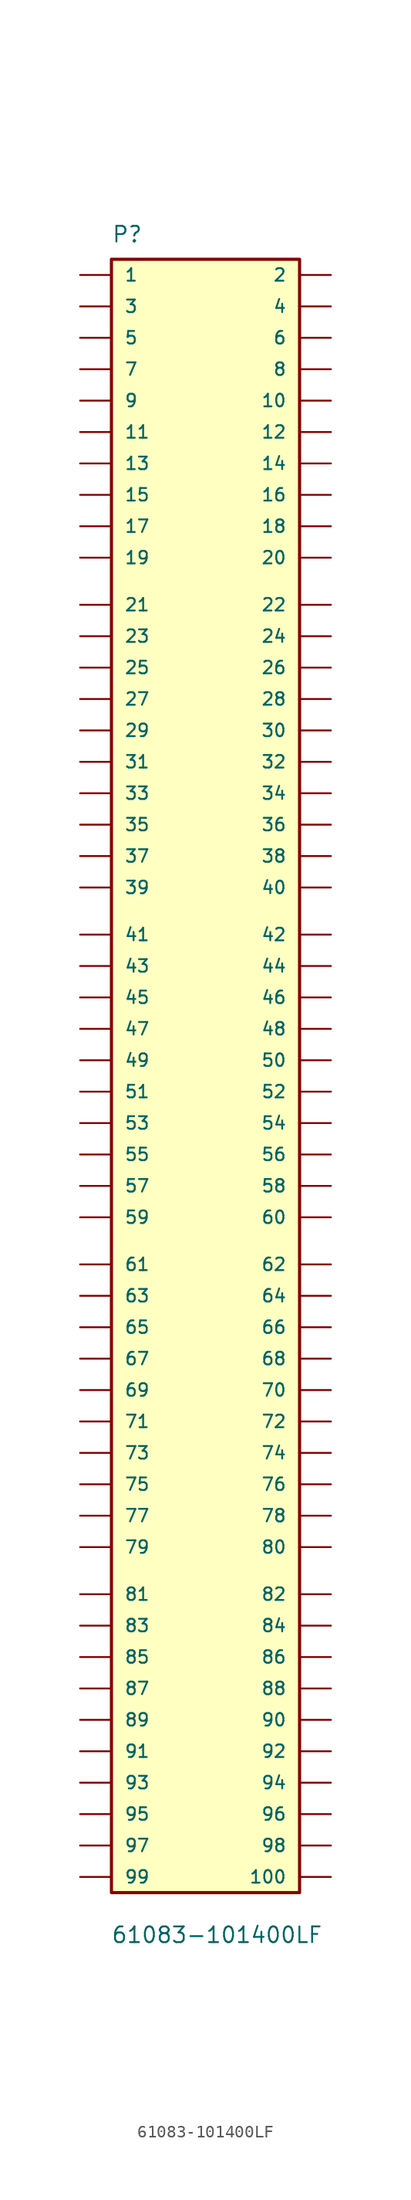
<source format=kicad_sym>
(kicad_symbol_lib
  (version 20211014)
  (generator kicad_symbol_editor)
  (symbol "61083-101400LF"
    (pin_numbers hide)
    (pin_names
      (offset 1.016))
    (property "Reference" "P"
      (at -7.62 68.58 0)
      (effects (font (size 1.27 1.27)) (justify left bottom)))
    (property "Value" "61083-101400LF"
      (at -7.671 -68.936 0)
      (effects (font (size 1.27 1.27)) (justify left bottom)))
    (symbol "61083-101400LF_0_0"
      (rectangle (start -7.62 67.31) (end 7.62 -64.77) (stroke (width 0.254) (type default) (color 0 0 0 0)) (fill (type background)))
      (pin passive line (at -10.16 66.04 0) (length 2.54) (name "1" (effects (font (size 1.016 1.016)))) (number "1" (effects (font (size 1.016 1.016)))))
      (pin passive line (at 10.16 55.88 180) (length 2.54) (name "10" (effects (font (size 1.016 1.016)))) (number "10" (effects (font (size 1.016 1.016)))))
      (pin passive line (at 10.16 -63.5 180) (length 2.54) (name "100" (effects (font (size 1.016 1.016)))) (number "100" (effects (font (size 1.016 1.016)))))
      (pin passive line (at -10.16 53.34 0) (length 2.54) (name "11" (effects (font (size 1.016 1.016)))) (number "11" (effects (font (size 1.016 1.016)))))
      (pin passive line (at 10.16 53.34 180) (length 2.54) (name "12" (effects (font (size 1.016 1.016)))) (number "12" (effects (font (size 1.016 1.016)))))
      (pin passive line (at -10.16 50.8 0) (length 2.54) (name "13" (effects (font (size 1.016 1.016)))) (number "13" (effects (font (size 1.016 1.016)))))
      (pin passive line (at 10.16 50.8 180) (length 2.54) (name "14" (effects (font (size 1.016 1.016)))) (number "14" (effects (font (size 1.016 1.016)))))
      (pin passive line (at -10.16 48.26 0) (length 2.54) (name "15" (effects (font (size 1.016 1.016)))) (number "15" (effects (font (size 1.016 1.016)))))
      (pin passive line (at 10.16 48.26 180) (length 2.54) (name "16" (effects (font (size 1.016 1.016)))) (number "16" (effects (font (size 1.016 1.016)))))
      (pin passive line (at -10.16 45.72 0) (length 2.54) (name "17" (effects (font (size 1.016 1.016)))) (number "17" (effects (font (size 1.016 1.016)))))
      (pin passive line (at 10.16 45.72 180) (length 2.54) (name "18" (effects (font (size 1.016 1.016)))) (number "18" (effects (font (size 1.016 1.016)))))
      (pin passive line (at -10.16 43.18 0) (length 2.54) (name "19" (effects (font (size 1.016 1.016)))) (number "19" (effects (font (size 1.016 1.016)))))
      (pin passive line (at 10.16 66.04 180) (length 2.54) (name "2" (effects (font (size 1.016 1.016)))) (number "2" (effects (font (size 1.016 1.016)))))
      (pin passive line (at 10.16 43.18 180) (length 2.54) (name "20" (effects (font (size 1.016 1.016)))) (number "20" (effects (font (size 1.016 1.016)))))
      (pin passive line (at -10.16 39.37 0) (length 2.54) (name "21" (effects (font (size 1.016 1.016)))) (number "21" (effects (font (size 1.016 1.016)))))
      (pin passive line (at 10.16 39.37 180) (length 2.54) (name "22" (effects (font (size 1.016 1.016)))) (number "22" (effects (font (size 1.016 1.016)))))
      (pin passive line (at -10.16 36.83 0) (length 2.54) (name "23" (effects (font (size 1.016 1.016)))) (number "23" (effects (font (size 1.016 1.016)))))
      (pin passive line (at 10.16 36.83 180) (length 2.54) (name "24" (effects (font (size 1.016 1.016)))) (number "24" (effects (font (size 1.016 1.016)))))
      (pin passive line (at -10.16 34.29 0) (length 2.54) (name "25" (effects (font (size 1.016 1.016)))) (number "25" (effects (font (size 1.016 1.016)))))
      (pin passive line (at 10.16 34.29 180) (length 2.54) (name "26" (effects (font (size 1.016 1.016)))) (number "26" (effects (font (size 1.016 1.016)))))
      (pin passive line (at -10.16 31.75 0) (length 2.54) (name "27" (effects (font (size 1.016 1.016)))) (number "27" (effects (font (size 1.016 1.016)))))
      (pin passive line (at 10.16 31.75 180) (length 2.54) (name "28" (effects (font (size 1.016 1.016)))) (number "28" (effects (font (size 1.016 1.016)))))
      (pin passive line (at -10.16 29.21 0) (length 2.54) (name "29" (effects (font (size 1.016 1.016)))) (number "29" (effects (font (size 1.016 1.016)))))
      (pin passive line (at -10.16 63.5 0) (length 2.54) (name "3" (effects (font (size 1.016 1.016)))) (number "3" (effects (font (size 1.016 1.016)))))
      (pin passive line (at 10.16 29.21 180) (length 2.54) (name "30" (effects (font (size 1.016 1.016)))) (number "30" (effects (font (size 1.016 1.016)))))
      (pin passive line (at -10.16 26.67 0) (length 2.54) (name "31" (effects (font (size 1.016 1.016)))) (number "31" (effects (font (size 1.016 1.016)))))
      (pin passive line (at 10.16 26.67 180) (length 2.54) (name "32" (effects (font (size 1.016 1.016)))) (number "32" (effects (font (size 1.016 1.016)))))
      (pin passive line (at -10.16 24.13 0) (length 2.54) (name "33" (effects (font (size 1.016 1.016)))) (number "33" (effects (font (size 1.016 1.016)))))
      (pin passive line (at 10.16 24.13 180) (length 2.54) (name "34" (effects (font (size 1.016 1.016)))) (number "34" (effects (font (size 1.016 1.016)))))
      (pin passive line (at -10.16 21.59 0) (length 2.54) (name "35" (effects (font (size 1.016 1.016)))) (number "35" (effects (font (size 1.016 1.016)))))
      (pin passive line (at 10.16 21.59 180) (length 2.54) (name "36" (effects (font (size 1.016 1.016)))) (number "36" (effects (font (size 1.016 1.016)))))
      (pin passive line (at -10.16 19.05 0) (length 2.54) (name "37" (effects (font (size 1.016 1.016)))) (number "37" (effects (font (size 1.016 1.016)))))
      (pin passive line (at 10.16 19.05 180) (length 2.54) (name "38" (effects (font (size 1.016 1.016)))) (number "38" (effects (font (size 1.016 1.016)))))
      (pin passive line (at -10.16 16.51 0) (length 2.54) (name "39" (effects (font (size 1.016 1.016)))) (number "39" (effects (font (size 1.016 1.016)))))
      (pin passive line (at 10.16 63.5 180) (length 2.54) (name "4" (effects (font (size 1.016 1.016)))) (number "4" (effects (font (size 1.016 1.016)))))
      (pin passive line (at 10.16 16.51 180) (length 2.54) (name "40" (effects (font (size 1.016 1.016)))) (number "40" (effects (font (size 1.016 1.016)))))
      (pin passive line (at -10.16 12.7 0) (length 2.54) (name "41" (effects (font (size 1.016 1.016)))) (number "41" (effects (font (size 1.016 1.016)))))
      (pin passive line (at 10.16 12.7 180) (length 2.54) (name "42" (effects (font (size 1.016 1.016)))) (number "42" (effects (font (size 1.016 1.016)))))
      (pin passive line (at -10.16 10.16 0) (length 2.54) (name "43" (effects (font (size 1.016 1.016)))) (number "43" (effects (font (size 1.016 1.016)))))
      (pin passive line (at 10.16 10.16 180) (length 2.54) (name "44" (effects (font (size 1.016 1.016)))) (number "44" (effects (font (size 1.016 1.016)))))
      (pin passive line (at -10.16 7.62 0) (length 2.54) (name "45" (effects (font (size 1.016 1.016)))) (number "45" (effects (font (size 1.016 1.016)))))
      (pin passive line (at 10.16 7.62 180) (length 2.54) (name "46" (effects (font (size 1.016 1.016)))) (number "46" (effects (font (size 1.016 1.016)))))
      (pin passive line (at -10.16 5.08 0) (length 2.54) (name "47" (effects (font (size 1.016 1.016)))) (number "47" (effects (font (size 1.016 1.016)))))
      (pin passive line (at 10.16 5.08 180) (length 2.54) (name "48" (effects (font (size 1.016 1.016)))) (number "48" (effects (font (size 1.016 1.016)))))
      (pin passive line (at -10.16 2.54 0) (length 2.54) (name "49" (effects (font (size 1.016 1.016)))) (number "49" (effects (font (size 1.016 1.016)))))
      (pin passive line (at -10.16 60.96 0) (length 2.54) (name "5" (effects (font (size 1.016 1.016)))) (number "5" (effects (font (size 1.016 1.016)))))
      (pin passive line (at 10.16 2.54 180) (length 2.54) (name "50" (effects (font (size 1.016 1.016)))) (number "50" (effects (font (size 1.016 1.016)))))
      (pin passive line (at -10.16 0 0) (length 2.54) (name "51" (effects (font (size 1.016 1.016)))) (number "51" (effects (font (size 1.016 1.016)))))
      (pin passive line (at 10.16 0 180) (length 2.54) (name "52" (effects (font (size 1.016 1.016)))) (number "52" (effects (font (size 1.016 1.016)))))
      (pin passive line (at -10.16 -2.54 0) (length 2.54) (name "53" (effects (font (size 1.016 1.016)))) (number "53" (effects (font (size 1.016 1.016)))))
      (pin passive line (at 10.16 -2.54 180) (length 2.54) (name "54" (effects (font (size 1.016 1.016)))) (number "54" (effects (font (size 1.016 1.016)))))
      (pin passive line (at -10.16 -5.08 0) (length 2.54) (name "55" (effects (font (size 1.016 1.016)))) (number "55" (effects (font (size 1.016 1.016)))))
      (pin passive line (at 10.16 -5.08 180) (length 2.54) (name "56" (effects (font (size 1.016 1.016)))) (number "56" (effects (font (size 1.016 1.016)))))
      (pin passive line (at -10.16 -7.62 0) (length 2.54) (name "57" (effects (font (size 1.016 1.016)))) (number "57" (effects (font (size 1.016 1.016)))))
      (pin passive line (at 10.16 -7.62 180) (length 2.54) (name "58" (effects (font (size 1.016 1.016)))) (number "58" (effects (font (size 1.016 1.016)))))
      (pin passive line (at -10.16 -10.16 0) (length 2.54) (name "59" (effects (font (size 1.016 1.016)))) (number "59" (effects (font (size 1.016 1.016)))))
      (pin passive line (at 10.16 60.96 180) (length 2.54) (name "6" (effects (font (size 1.016 1.016)))) (number "6" (effects (font (size 1.016 1.016)))))
      (pin passive line (at 10.16 -10.16 180) (length 2.54) (name "60" (effects (font (size 1.016 1.016)))) (number "60" (effects (font (size 1.016 1.016)))))
      (pin passive line (at -10.16 -13.97 0) (length 2.54) (name "61" (effects (font (size 1.016 1.016)))) (number "61" (effects (font (size 1.016 1.016)))))
      (pin passive line (at 10.16 -13.97 180) (length 2.54) (name "62" (effects (font (size 1.016 1.016)))) (number "62" (effects (font (size 1.016 1.016)))))
      (pin passive line (at -10.16 -16.51 0) (length 2.54) (name "63" (effects (font (size 1.016 1.016)))) (number "63" (effects (font (size 1.016 1.016)))))
      (pin passive line (at 10.16 -16.51 180) (length 2.54) (name "64" (effects (font (size 1.016 1.016)))) (number "64" (effects (font (size 1.016 1.016)))))
      (pin passive line (at -10.16 -19.05 0) (length 2.54) (name "65" (effects (font (size 1.016 1.016)))) (number "65" (effects (font (size 1.016 1.016)))))
      (pin passive line (at 10.16 -19.05 180) (length 2.54) (name "66" (effects (font (size 1.016 1.016)))) (number "66" (effects (font (size 1.016 1.016)))))
      (pin passive line (at -10.16 -21.59 0) (length 2.54) (name "67" (effects (font (size 1.016 1.016)))) (number "67" (effects (font (size 1.016 1.016)))))
      (pin passive line (at 10.16 -21.59 180) (length 2.54) (name "68" (effects (font (size 1.016 1.016)))) (number "68" (effects (font (size 1.016 1.016)))))
      (pin passive line (at -10.16 -24.13 0) (length 2.54) (name "69" (effects (font (size 1.016 1.016)))) (number "69" (effects (font (size 1.016 1.016)))))
      (pin passive line (at -10.16 58.42 0) (length 2.54) (name "7" (effects (font (size 1.016 1.016)))) (number "7" (effects (font (size 1.016 1.016)))))
      (pin passive line (at 10.16 -24.13 180) (length 2.54) (name "70" (effects (font (size 1.016 1.016)))) (number "70" (effects (font (size 1.016 1.016)))))
      (pin passive line (at -10.16 -26.67 0) (length 2.54) (name "71" (effects (font (size 1.016 1.016)))) (number "71" (effects (font (size 1.016 1.016)))))
      (pin passive line (at 10.16 -26.67 180) (length 2.54) (name "72" (effects (font (size 1.016 1.016)))) (number "72" (effects (font (size 1.016 1.016)))))
      (pin passive line (at -10.16 -29.21 0) (length 2.54) (name "73" (effects (font (size 1.016 1.016)))) (number "73" (effects (font (size 1.016 1.016)))))
      (pin passive line (at 10.16 -29.21 180) (length 2.54) (name "74" (effects (font (size 1.016 1.016)))) (number "74" (effects (font (size 1.016 1.016)))))
      (pin passive line (at -10.16 -31.75 0) (length 2.54) (name "75" (effects (font (size 1.016 1.016)))) (number "75" (effects (font (size 1.016 1.016)))))
      (pin passive line (at 10.16 -31.75 180) (length 2.54) (name "76" (effects (font (size 1.016 1.016)))) (number "76" (effects (font (size 1.016 1.016)))))
      (pin passive line (at -10.16 -34.29 0) (length 2.54) (name "77" (effects (font (size 1.016 1.016)))) (number "77" (effects (font (size 1.016 1.016)))))
      (pin passive line (at 10.16 -34.29 180) (length 2.54) (name "78" (effects (font (size 1.016 1.016)))) (number "78" (effects (font (size 1.016 1.016)))))
      (pin passive line (at -10.16 -36.83 0) (length 2.54) (name "79" (effects (font (size 1.016 1.016)))) (number "79" (effects (font (size 1.016 1.016)))))
      (pin passive line (at 10.16 58.42 180) (length 2.54) (name "8" (effects (font (size 1.016 1.016)))) (number "8" (effects (font (size 1.016 1.016)))))
      (pin passive line (at 10.16 -36.83 180) (length 2.54) (name "80" (effects (font (size 1.016 1.016)))) (number "80" (effects (font (size 1.016 1.016)))))
      (pin passive line (at -10.16 -40.64 0) (length 2.54) (name "81" (effects (font (size 1.016 1.016)))) (number "81" (effects (font (size 1.016 1.016)))))
      (pin passive line (at 10.16 -40.64 180) (length 2.54) (name "82" (effects (font (size 1.016 1.016)))) (number "82" (effects (font (size 1.016 1.016)))))
      (pin passive line (at -10.16 -43.18 0) (length 2.54) (name "83" (effects (font (size 1.016 1.016)))) (number "83" (effects (font (size 1.016 1.016)))))
      (pin passive line (at 10.16 -43.18 180) (length 2.54) (name "84" (effects (font (size 1.016 1.016)))) (number "84" (effects (font (size 1.016 1.016)))))
      (pin passive line (at -10.16 -45.72 0) (length 2.54) (name "85" (effects (font (size 1.016 1.016)))) (number "85" (effects (font (size 1.016 1.016)))))
      (pin passive line (at 10.16 -45.72 180) (length 2.54) (name "86" (effects (font (size 1.016 1.016)))) (number "86" (effects (font (size 1.016 1.016)))))
      (pin passive line (at -10.16 -48.26 0) (length 2.54) (name "87" (effects (font (size 1.016 1.016)))) (number "87" (effects (font (size 1.016 1.016)))))
      (pin passive line (at 10.16 -48.26 180) (length 2.54) (name "88" (effects (font (size 1.016 1.016)))) (number "88" (effects (font (size 1.016 1.016)))))
      (pin passive line (at -10.16 -50.8 0) (length 2.54) (name "89" (effects (font (size 1.016 1.016)))) (number "89" (effects (font (size 1.016 1.016)))))
      (pin passive line (at -10.16 55.88 0) (length 2.54) (name "9" (effects (font (size 1.016 1.016)))) (number "9" (effects (font (size 1.016 1.016)))))
      (pin passive line (at 10.16 -50.8 180) (length 2.54) (name "90" (effects (font (size 1.016 1.016)))) (number "90" (effects (font (size 1.016 1.016)))))
      (pin passive line (at -10.16 -53.34 0) (length 2.54) (name "91" (effects (font (size 1.016 1.016)))) (number "91" (effects (font (size 1.016 1.016)))))
      (pin passive line (at 10.16 -53.34 180) (length 2.54) (name "92" (effects (font (size 1.016 1.016)))) (number "92" (effects (font (size 1.016 1.016)))))
      (pin passive line (at -10.16 -55.88 0) (length 2.54) (name "93" (effects (font (size 1.016 1.016)))) (number "93" (effects (font (size 1.016 1.016)))))
      (pin passive line (at 10.16 -55.88 180) (length 2.54) (name "94" (effects (font (size 1.016 1.016)))) (number "94" (effects (font (size 1.016 1.016)))))
      (pin passive line (at -10.16 -58.42 0) (length 2.54) (name "95" (effects (font (size 1.016 1.016)))) (number "95" (effects (font (size 1.016 1.016)))))
      (pin passive line (at 10.16 -58.42 180) (length 2.54) (name "96" (effects (font (size 1.016 1.016)))) (number "96" (effects (font (size 1.016 1.016)))))
      (pin passive line (at -10.16 -60.96 0) (length 2.54) (name "97" (effects (font (size 1.016 1.016)))) (number "97" (effects (font (size 1.016 1.016)))))
      (pin passive line (at 10.16 -60.96 180) (length 2.54) (name "98" (effects (font (size 1.016 1.016)))) (number "98" (effects (font (size 1.016 1.016)))))
      (pin passive line (at -10.16 -63.5 0) (length 2.54) (name "99" (effects (font (size 1.016 1.016)))) (number "99" (effects (font (size 1.016 1.016))))))))
</source>
